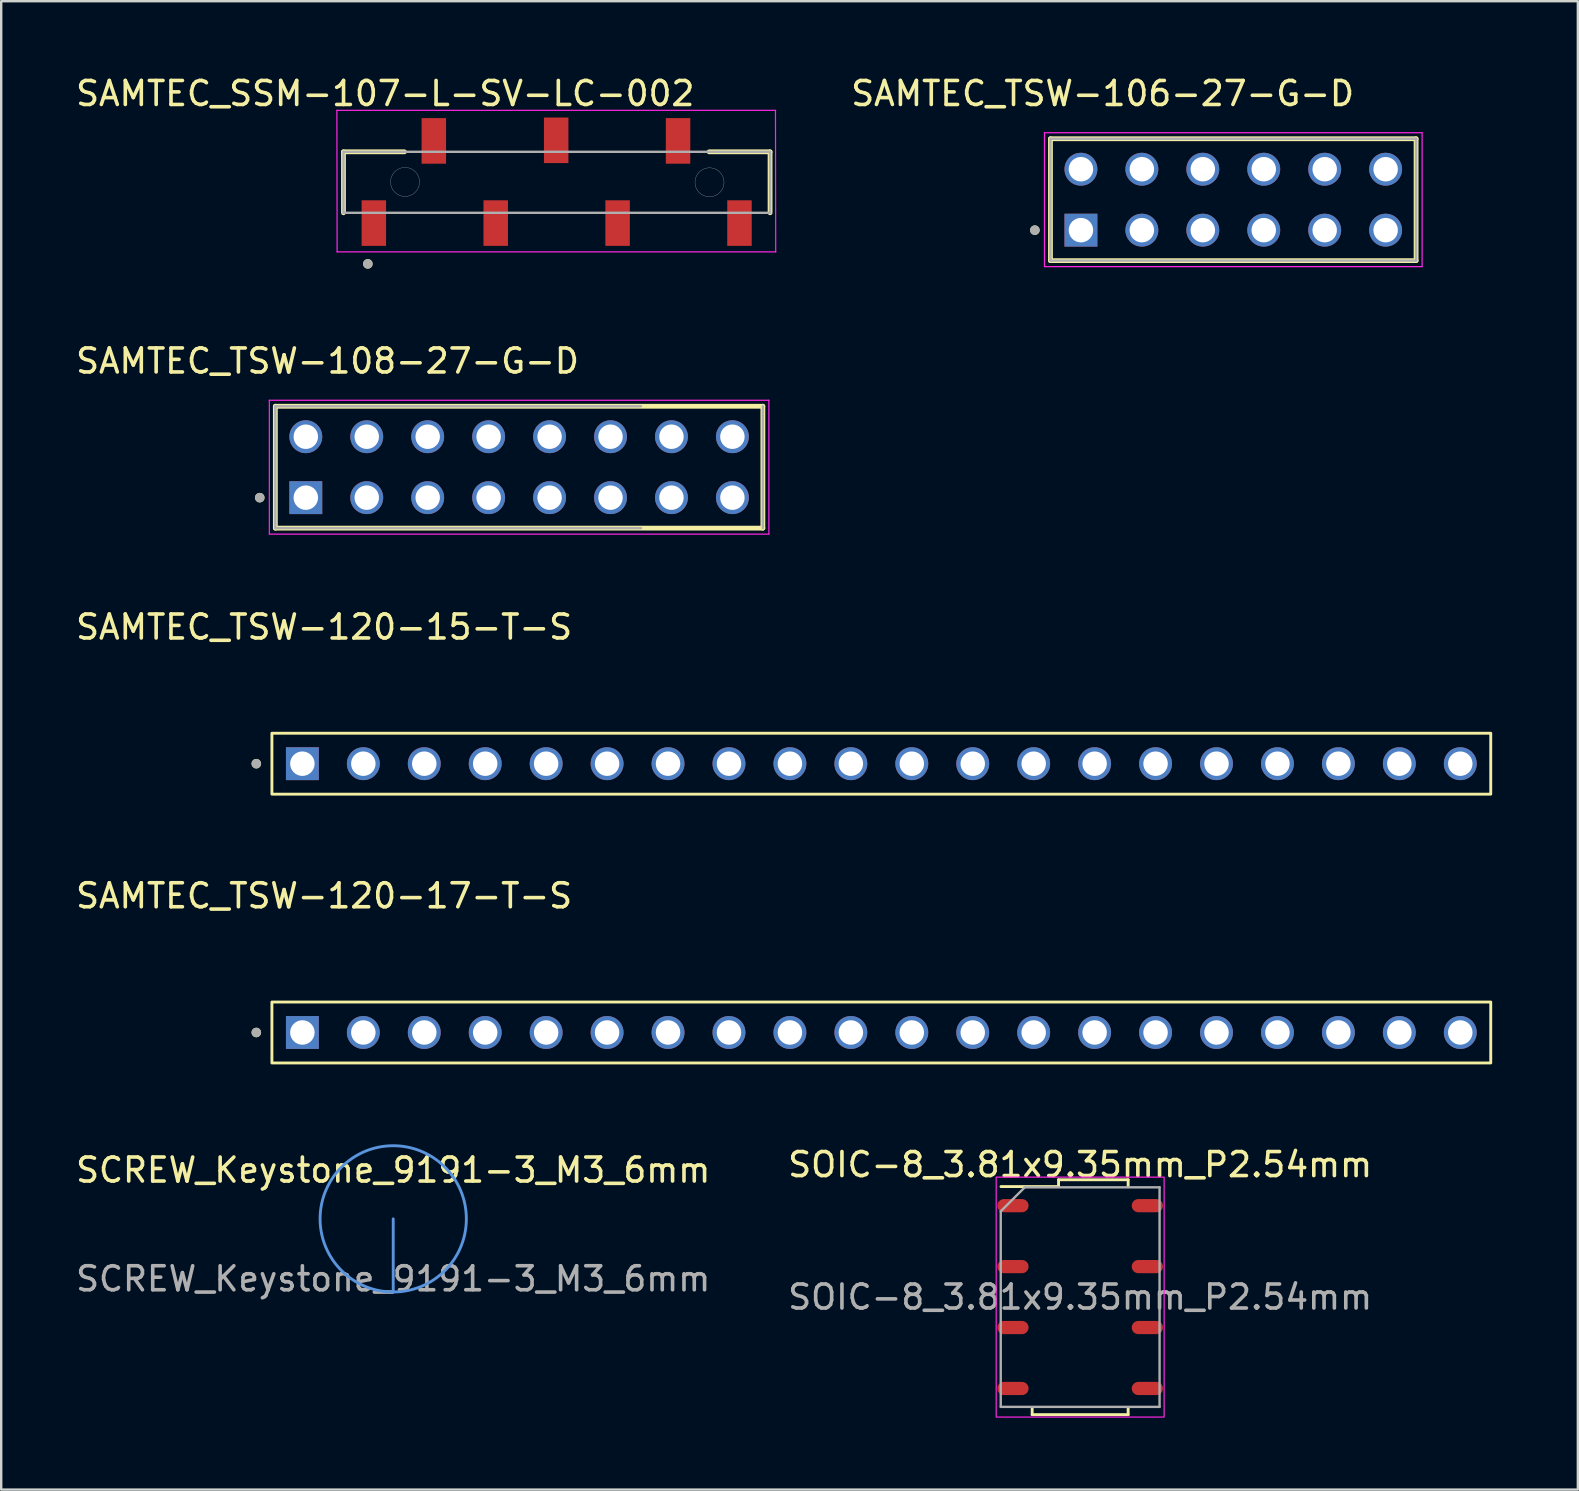
<source format=kicad_pcb>
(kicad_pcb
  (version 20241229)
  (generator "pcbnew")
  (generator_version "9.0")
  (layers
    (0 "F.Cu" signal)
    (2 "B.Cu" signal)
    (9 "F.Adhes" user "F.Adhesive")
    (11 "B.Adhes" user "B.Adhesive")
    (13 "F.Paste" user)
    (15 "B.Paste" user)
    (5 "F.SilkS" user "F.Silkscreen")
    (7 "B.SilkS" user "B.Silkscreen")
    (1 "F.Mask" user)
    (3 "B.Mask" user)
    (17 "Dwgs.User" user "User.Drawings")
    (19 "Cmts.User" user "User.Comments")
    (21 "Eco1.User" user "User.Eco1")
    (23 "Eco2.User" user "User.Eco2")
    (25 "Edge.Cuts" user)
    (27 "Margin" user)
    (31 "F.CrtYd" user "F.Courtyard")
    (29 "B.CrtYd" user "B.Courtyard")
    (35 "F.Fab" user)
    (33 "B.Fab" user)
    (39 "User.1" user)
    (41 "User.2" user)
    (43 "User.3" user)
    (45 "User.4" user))
  (footprint "SAMTEC_TSW-120-17-T-S"
    (layer "F.Cu")
    (at 9.553 39.983)
    (property "Reference" "SAMTEC_TSW-120-17-T-S" (at 0.905 -5.695 0) (layer "F.SilkS") (effects (font (size 1 1) (thickness 0.15))))
    (attr through_hole)
    (fp_rect (start -1.27 -1.27) (end 49.53 1.27) (stroke (width 0.12) (type default)) (fill no) (layer "F.SilkS"))
    (fp_circle (center -1.92 0) (end -1.82 0) (stroke (width 0.2) (type solid)) (fill no) (layer "F.SilkS"))
    (fp_rect (start -1.7 -1.7) (end 50.1 1.6) (stroke (width 0.12) (type default)) (fill no) (layer "Margin"))
    (fp_circle (center -1.92 0) (end -1.82 0) (stroke (width 0.2) (type solid)) (fill no) (layer "F.Fab"))
    (pad "1" thru_hole rect (at 0 0) (size 1.37 1.37) (drill 1.02) (layers "*.Cu" "*.Mask"))
    (pad "2" thru_hole circle (at 2.54 0) (size 1.37 1.37) (drill 1.02) (layers "*.Cu" "*.Mask"))
    (pad "3" thru_hole circle (at 5.08 0) (size 1.37 1.37) (drill 1.02) (layers "*.Cu" "*.Mask"))
    (pad "4" thru_hole circle (at 7.62 0) (size 1.37 1.37) (drill 1.02) (layers "*.Cu" "*.Mask"))
    (pad "5" thru_hole circle (at 10.16 0) (size 1.37 1.37) (drill 1.02) (layers "*.Cu" "*.Mask"))
    (pad "6" thru_hole circle (at 12.7 0) (size 1.37 1.37) (drill 1.02) (layers "*.Cu" "*.Mask"))
    (pad "7" thru_hole circle (at 15.24 0) (size 1.37 1.37) (drill 1.02) (layers "*.Cu" "*.Mask"))
    (pad "8" thru_hole circle (at 17.78 0) (size 1.37 1.37) (drill 1.02) (layers "*.Cu" "*.Mask"))
    (pad "9" thru_hole circle (at 20.32 0) (size 1.37 1.37) (drill 1.02) (layers "*.Cu" "*.Mask"))
    (pad "10" thru_hole circle (at 22.86 0) (size 1.37 1.37) (drill 1.02) (layers "*.Cu" "*.Mask"))
    (pad "11" thru_hole circle (at 25.4 0) (size 1.37 1.37) (drill 1.02) (layers "*.Cu" "*.Mask"))
    (pad "12" thru_hole circle (at 27.94 0) (size 1.37 1.37) (drill 1.02) (layers "*.Cu" "*.Mask"))
    (pad "13" thru_hole circle (at 30.48 0) (size 1.37 1.37) (drill 1.02) (layers "*.Cu" "*.Mask"))
    (pad "14" thru_hole circle (at 33.02 0) (size 1.37 1.37) (drill 1.02) (layers "*.Cu" "*.Mask"))
    (pad "15" thru_hole circle (at 35.56 0) (size 1.37 1.37) (drill 1.02) (layers "*.Cu" "*.Mask"))
    (pad "16" thru_hole circle (at 38.1 0) (size 1.37 1.37) (drill 1.02) (layers "*.Cu" "*.Mask"))
    (pad "17" thru_hole circle (at 40.64 0) (size 1.37 1.37) (drill 1.02) (layers "*.Cu" "*.Mask"))
    (pad "18" thru_hole circle (at 43.18 0) (size 1.37 1.37) (drill 1.02) (layers "*.Cu" "*.Mask"))
    (pad "19" thru_hole circle (at 45.72 0) (size 1.37 1.37) (drill 1.02) (layers "*.Cu" "*.Mask"))
    (pad "20" thru_hole circle (at 48.26 0) (size 1.37 1.37) (drill 1.02) (layers "*.Cu" "*.Mask")))
  (footprint "SAMTEC_TSW-106-27-G-D"
    (layer "F.Cu")
    (at 42.002 6.543)
    (property "Reference" "SAMTEC_TSW-106-27-G-D" (at 0.905 -5.695 0) (layer "F.SilkS") (effects (font (size 1 1) (thickness 0.15))))
    (attr through_hole)
    (fp_line (start -1.27 1.27) (end -1.27 -3.81) (stroke (width 0.2) (type solid)) (layer "F.SilkS"))
    (fp_line (start 13.97 -3.81) (end -1.27 -3.81) (stroke (width 0.2) (type solid)) (layer "F.SilkS"))
    (fp_line (start 13.97 -3.81) (end 13.97 1.27) (stroke (width 0.2) (type solid)) (layer "F.SilkS"))
    (fp_line (start 13.97 1.27) (end -1.27 1.27) (stroke (width 0.2) (type solid)) (layer "F.SilkS"))
    (fp_circle (center -1.92 0) (end -1.82 0) (stroke (width 0.2) (type solid)) (fill no) (layer "F.SilkS"))
    (fp_line (start -1.52 -4.06) (end 14.22 -4.06) (stroke (width 0.05) (type solid)) (layer "F.CrtYd"))
    (fp_line (start -1.52 1.52) (end -1.52 -4.06) (stroke (width 0.05) (type solid)) (layer "F.CrtYd"))
    (fp_line (start 14.22 -4.06) (end 14.22 1.52) (stroke (width 0.05) (type solid)) (layer "F.CrtYd"))
    (fp_line (start 14.22 1.52) (end -1.52 1.52) (stroke (width 0.05) (type solid)) (layer "F.CrtYd"))
    (fp_line (start -1.27 -3.81) (end 13.97 -3.81) (stroke (width 0.1) (type solid)) (layer "F.Fab"))
    (fp_line (start -1.27 1.27) (end -1.27 -3.81) (stroke (width 0.1) (type solid)) (layer "F.Fab"))
    (fp_line (start 13.97 -3.81) (end 13.97 1.27) (stroke (width 0.1) (type solid)) (layer "F.Fab"))
    (fp_line (start 13.97 1.27) (end -1.27 1.27) (stroke (width 0.1) (type solid)) (layer "F.Fab"))
    (fp_circle (center -1.92 0) (end -1.82 0) (stroke (width 0.2) (type solid)) (fill no) (layer "F.Fab"))
    (pad "01" thru_hole rect (at 0 0) (size 1.37 1.37) (drill 1.02) (layers "*.Cu" "*.Mask"))
    (pad "02" thru_hole circle (at 0 -2.54) (size 1.37 1.37) (drill 1.02) (layers "*.Cu" "*.Mask"))
    (pad "03" thru_hole circle (at 2.54 0) (size 1.37 1.37) (drill 1.02) (layers "*.Cu" "*.Mask"))
    (pad "04" thru_hole circle (at 2.54 -2.54) (size 1.37 1.37) (drill 1.02) (layers "*.Cu" "*.Mask"))
    (pad "05" thru_hole circle (at 5.08 0) (size 1.37 1.37) (drill 1.02) (layers "*.Cu" "*.Mask"))
    (pad "06" thru_hole circle (at 5.08 -2.54) (size 1.37 1.37) (drill 1.02) (layers "*.Cu" "*.Mask"))
    (pad "07" thru_hole circle (at 7.62 0) (size 1.37 1.37) (drill 1.02) (layers "*.Cu" "*.Mask"))
    (pad "08" thru_hole circle (at 7.62 -2.54) (size 1.37 1.37) (drill 1.02) (layers "*.Cu" "*.Mask"))
    (pad "09" thru_hole circle (at 10.16 0) (size 1.37 1.37) (drill 1.02) (layers "*.Cu" "*.Mask"))
    (pad "10" thru_hole circle (at 10.16 -2.54) (size 1.37 1.37) (drill 1.02) (layers "*.Cu" "*.Mask"))
    (pad "11" thru_hole circle (at 12.7 0) (size 1.37 1.37) (drill 1.02) (layers "*.Cu" "*.Mask"))
    (pad "12" thru_hole circle (at 12.7 -2.54) (size 1.37 1.37) (drill 1.02) (layers "*.Cu" "*.Mask")))
  (footprint "SAMTEC_TSW-108-27-G-D"
    (layer "F.Cu")
    (at 9.696 17.692)
    (property "Reference" "SAMTEC_TSW-108-27-G-D" (at 0.905 -5.695 0) (layer "F.SilkS") (effects (font (size 1 1) (thickness 0.15))))
    (attr through_hole)
    (fp_line (start -1.27 1.27) (end -1.27 -3.81) (stroke (width 0.2) (type solid)) (layer "F.SilkS"))
    (fp_line (start 19.05 -3.81) (end -1.27 -3.81) (stroke (width 0.2) (type solid)) (layer "F.SilkS"))
    (fp_line (start 19.05 -3.81) (end 19.05 1.27) (stroke (width 0.2) (type solid)) (layer "F.SilkS"))
    (fp_line (start 19.05 1.27) (end -1.27 1.27) (stroke (width 0.2) (type solid)) (layer "F.SilkS"))
    (fp_circle (center -1.92 0) (end -1.82 0) (stroke (width 0.2) (type solid)) (fill no) (layer "F.SilkS"))
    (fp_line (start -1.52 -4.06) (end 19.3 -4.06) (stroke (width 0.05) (type solid)) (layer "F.CrtYd"))
    (fp_line (start -1.52 1.52) (end -1.52 -4.06) (stroke (width 0.05) (type solid)) (layer "F.CrtYd"))
    (fp_line (start 19.3 -4.06) (end 19.3 1.52) (stroke (width 0.05) (type solid)) (layer "F.CrtYd"))
    (fp_line (start 19.3 1.52) (end -1.52 1.52) (stroke (width 0.05) (type solid)) (layer "F.CrtYd"))
    (fp_line (start -1.27 -3.81) (end 13.97 -3.81) (stroke (width 0.1) (type solid)) (layer "F.Fab"))
    (fp_line (start -1.27 1.27) (end -1.27 -3.81) (stroke (width 0.1) (type solid)) (layer "F.Fab"))
    (fp_line (start 13.97 1.27) (end -1.27 1.27) (stroke (width 0.1) (type solid)) (layer "F.Fab"))
    (fp_line (start 19.05 -3.81) (end 19.05 1.27) (stroke (width 0.1) (type solid)) (layer "F.Fab"))
    (fp_circle (center -1.92 0) (end -1.82 0) (stroke (width 0.2) (type solid)) (fill no) (layer "F.Fab"))
    (pad "01" thru_hole rect (at 0 0) (size 1.37 1.37) (drill 1.02) (layers "*.Cu" "*.Mask"))
    (pad "02" thru_hole circle (at 0 -2.54) (size 1.37 1.37) (drill 1.02) (layers "*.Cu" "*.Mask"))
    (pad "03" thru_hole circle (at 2.54 0) (size 1.37 1.37) (drill 1.02) (layers "*.Cu" "*.Mask"))
    (pad "04" thru_hole circle (at 2.54 -2.54) (size 1.37 1.37) (drill 1.02) (layers "*.Cu" "*.Mask"))
    (pad "05" thru_hole circle (at 5.08 0) (size 1.37 1.37) (drill 1.02) (layers "*.Cu" "*.Mask"))
    (pad "06" thru_hole circle (at 5.08 -2.54) (size 1.37 1.37) (drill 1.02) (layers "*.Cu" "*.Mask"))
    (pad "07" thru_hole circle (at 7.62 0) (size 1.37 1.37) (drill 1.02) (layers "*.Cu" "*.Mask"))
    (pad "08" thru_hole circle (at 7.62 -2.54) (size 1.37 1.37) (drill 1.02) (layers "*.Cu" "*.Mask"))
    (pad "09" thru_hole circle (at 10.16 0) (size 1.37 1.37) (drill 1.02) (layers "*.Cu" "*.Mask"))
    (pad "10" thru_hole circle (at 10.16 -2.54) (size 1.37 1.37) (drill 1.02) (layers "*.Cu" "*.Mask"))
    (pad "11" thru_hole circle (at 12.7 0) (size 1.37 1.37) (drill 1.02) (layers "*.Cu" "*.Mask"))
    (pad "12" thru_hole circle (at 12.7 -2.54) (size 1.37 1.37) (drill 1.02) (layers "*.Cu" "*.Mask"))
    (pad "13" thru_hole circle (at 15.24 0) (size 1.37 1.37) (drill 1.02) (layers "*.Cu" "*.Mask"))
    (pad "14" thru_hole circle (at 15.24 -2.54) (size 1.37 1.37) (drill 1.02) (layers "*.Cu" "*.Mask"))
    (pad "15" thru_hole circle (at 17.78 0) (size 1.37 1.37) (drill 1.02) (layers "*.Cu" "*.Mask"))
    (pad "16" thru_hole circle (at 17.78 -2.54) (size 1.37 1.37) (drill 1.02) (layers "*.Cu" "*.Mask")))
  (footprint "SAMTEC_TSW-120-15-T-S"
    (layer "F.Cu")
    (at 9.553 28.78)
    (property "Reference" "SAMTEC_TSW-120-15-T-S" (at 0.905 -5.695 0) (layer "F.SilkS") (effects (font (size 1 1) (thickness 0.15))))
    (attr through_hole)
    (fp_rect (start -1.27 -1.27) (end 49.53 1.27) (stroke (width 0.12) (type default)) (fill no) (layer "F.SilkS"))
    (fp_circle (center -1.92 0) (end -1.82 0) (stroke (width 0.2) (type solid)) (fill no) (layer "F.SilkS"))
    (fp_rect (start -1.7 -1.7) (end 50.1 1.6) (stroke (width 0.12) (type default)) (fill no) (layer "Margin"))
    (fp_circle (center -1.92 0) (end -1.82 0) (stroke (width 0.2) (type solid)) (fill no) (layer "F.Fab"))
    (pad "1" thru_hole rect (at 0 0) (size 1.37 1.37) (drill 1.02) (layers "*.Cu" "*.Mask"))
    (pad "2" thru_hole circle (at 2.54 0) (size 1.37 1.37) (drill 1.02) (layers "*.Cu" "*.Mask"))
    (pad "3" thru_hole circle (at 5.08 0) (size 1.37 1.37) (drill 1.02) (layers "*.Cu" "*.Mask"))
    (pad "4" thru_hole circle (at 7.62 0) (size 1.37 1.37) (drill 1.02) (layers "*.Cu" "*.Mask"))
    (pad "5" thru_hole circle (at 10.16 0) (size 1.37 1.37) (drill 1.02) (layers "*.Cu" "*.Mask"))
    (pad "6" thru_hole circle (at 12.7 0) (size 1.37 1.37) (drill 1.02) (layers "*.Cu" "*.Mask"))
    (pad "7" thru_hole circle (at 15.24 0) (size 1.37 1.37) (drill 1.02) (layers "*.Cu" "*.Mask"))
    (pad "8" thru_hole circle (at 17.78 0) (size 1.37 1.37) (drill 1.02) (layers "*.Cu" "*.Mask"))
    (pad "9" thru_hole circle (at 20.32 0) (size 1.37 1.37) (drill 1.02) (layers "*.Cu" "*.Mask"))
    (pad "10" thru_hole circle (at 22.86 0) (size 1.37 1.37) (drill 1.02) (layers "*.Cu" "*.Mask"))
    (pad "11" thru_hole circle (at 25.4 0) (size 1.37 1.37) (drill 1.02) (layers "*.Cu" "*.Mask"))
    (pad "12" thru_hole circle (at 27.94 0) (size 1.37 1.37) (drill 1.02) (layers "*.Cu" "*.Mask"))
    (pad "13" thru_hole circle (at 30.48 0) (size 1.37 1.37) (drill 1.02) (layers "*.Cu" "*.Mask"))
    (pad "14" thru_hole circle (at 33.02 0) (size 1.37 1.37) (drill 1.02) (layers "*.Cu" "*.Mask"))
    (pad "15" thru_hole circle (at 35.56 0) (size 1.37 1.37) (drill 1.02) (layers "*.Cu" "*.Mask"))
    (pad "16" thru_hole circle (at 38.1 0) (size 1.37 1.37) (drill 1.02) (layers "*.Cu" "*.Mask"))
    (pad "17" thru_hole circle (at 40.64 0) (size 1.37 1.37) (drill 1.02) (layers "*.Cu" "*.Mask"))
    (pad "18" thru_hole circle (at 43.18 0) (size 1.37 1.37) (drill 1.02) (layers "*.Cu" "*.Mask"))
    (pad "19" thru_hole circle (at 45.72 0) (size 1.37 1.37) (drill 1.02) (layers "*.Cu" "*.Mask"))
    (pad "20" thru_hole circle (at 48.26 0) (size 1.37 1.37) (drill 1.02) (layers "*.Cu" "*.Mask")))
  (footprint "SOIC-8_3.81x9.35mm_P2.54mm"
    (layer "F.Cu")
    (at 41.97 51.011)
    (property "Reference" "SOIC-8_3.81x9.35mm_P2.54mm" (at 0 -5.52 0) (layer "F.SilkS") (effects (font (size 1 1) (thickness 0.15))))
    (attr smd)
    (fp_line (start -2 4.9) (end -2 4.61) (stroke (width 0.12) (type solid)) (layer "F.SilkS"))
    (fp_line (start -0.9 -4.89) (end -0.9 -4.605) (stroke (width 0.12) (type solid)) (layer "F.SilkS"))
    (fp_line (start -0.9 -4.605) (end -3.3 -4.605) (stroke (width 0.12) (type solid)) (layer "F.SilkS"))
    (fp_line (start 2 -4.89) (end -0.9 -4.89) (stroke (width 0.12) (type solid)) (layer "F.SilkS"))
    (fp_line (start 2 -4.89) (end 2 -4.6) (stroke (width 0.12) (type solid)) (layer "F.SilkS"))
    (fp_line (start 2 4.9) (end -2 4.9) (stroke (width 0.12) (type solid)) (layer "F.SilkS"))
    (fp_line (start 2 4.9) (end 2 4.61) (stroke (width 0.12) (type solid)) (layer "F.SilkS"))
    (fp_rect (start -3.5 -5) (end 3.5 5) (stroke (width 0.05) (type default)) (fill no) (layer "F.CrtYd"))
    (fp_line (start -3.31 -3.575) (end -2.31 -4.575) (stroke (width 0.1) (type solid)) (layer "F.Fab"))
    (fp_line (start -3.31 4.575) (end -3.31 -3.575) (stroke (width 0.1) (type solid)) (layer "F.Fab"))
    (fp_line (start -2.31 -4.575) (end 3.31 -4.575) (stroke (width 0.1) (type solid)) (layer "F.Fab"))
    (fp_line (start 3.31 -4.575) (end 3.31 4.575) (stroke (width 0.1) (type solid)) (layer "F.Fab"))
    (fp_line (start 3.31 4.575) (end -3.31 4.575) (stroke (width 0.1) (type solid)) (layer "F.Fab"))
    (fp_text user "${REFERENCE}" (at 0 0 0) (layer "F.Fab") (effects (font (size 1 1) (thickness 0.15))))
    (pad "1" smd oval (at -2.8 -3.81) (size 1.3 0.55) (layers "F.Cu" "F.Mask" "F.Paste"))
    (pad "2" smd oval (at -2.8 -1.27) (size 1.3 0.55) (layers "F.Cu" "F.Mask" "F.Paste"))
    (pad "3" smd oval (at -2.8 1.27) (size 1.3 0.55) (layers "F.Cu" "F.Mask" "F.Paste"))
    (pad "4" smd oval (at -2.8 3.81) (size 1.3 0.55) (layers "F.Cu" "F.Mask" "F.Paste"))
    (pad "5" smd oval (at 2.8 3.81) (size 1.3 0.55) (layers "F.Cu" "F.Mask" "F.Paste"))
    (pad "6" smd oval (at 2.8 1.27) (size 1.3 0.55) (layers "F.Cu" "F.Mask" "F.Paste"))
    (pad "7" smd oval (at 2.8 -1.27) (size 1.3 0.55) (layers "F.Cu" "F.Mask" "F.Paste"))
    (pad "8" smd oval (at 2.8 -3.81) (size 1.3 0.55) (layers "F.Cu" "F.Mask" "F.Paste")))
  (footprint "SCREW_Keystone_9191-3_M3_6mm"
    (layer "F.Cu")
    (at 13.339 47.751)
    (property "Reference" "SCREW_Keystone_9191-3_M3_6mm" (at 0 -2.032 0) (unlocked yes) (layer "F.SilkS") (effects (font (size 1 1) (thickness 0.15))))
    (fp_line (start 0 3.048) (end 0 0) (stroke (width 0.12) (type default)) (layer "Cmts.User"))
    (fp_circle (center 0 0) (end 0 3.048) (stroke (width 0.12) (type default)) (fill no) (layer "Cmts.User"))
    (fp_text user "${REFERENCE}" (at 0 2.5 0) (unlocked yes) (layer "F.Fab") (effects (font (size 1 1) (thickness 0.15)))))
  (footprint "SAMTEC_SSM-107-L-SV-LC-002"
    (layer "F.Cu")
    (at 20.156 4.548)
    (property "Reference" "SAMTEC_SSM-107-L-SV-LC-002" (at -7.15 -3.7 0) (layer "F.SilkS") (effects (font (size 1 1) (thickness 0.15))))
    (attr smd)
    (fp_line (start -8.89 -1.27) (end -6.35 -1.27) (stroke (width 0.2) (type solid)) (layer "F.SilkS"))
    (fp_line (start -8.89 1.27) (end -8.89 -1.27) (stroke (width 0.2) (type solid)) (layer "F.SilkS"))
    (fp_line (start 6.35 -1.27) (end 8.89 -1.27) (stroke (width 0.2) (type solid)) (layer "F.SilkS"))
    (fp_line (start 8.89 -1.27) (end 8.89 1.27) (stroke (width 0.2) (type solid)) (layer "F.SilkS"))
    (fp_circle (center -7.875 3.4) (end -7.775 3.4) (stroke (width 0.2) (type solid)) (fill no) (layer "F.SilkS"))
    (fp_circle (center -6.325 -0.015) (end -5.72 -0.015) (stroke (width 0.01) (type default)) (fill no) (layer "Edge.Cuts"))
    (fp_circle (center 6.365 0) (end 6.97 0) (stroke (width 0.01) (type default)) (fill no) (layer "Edge.Cuts"))
    (fp_line (start -9.165 -3) (end 9.115 -3) (stroke (width 0.05) (type solid)) (layer "F.CrtYd"))
    (fp_line (start -9.155 2.9) (end -9.165 -3) (stroke (width 0.05) (type solid)) (layer "F.CrtYd"))
    (fp_line (start 9.115 -3) (end 9.125 2.9) (stroke (width 0.05) (type solid)) (layer "F.CrtYd"))
    (fp_line (start 9.125 2.9) (end -9.155 2.9) (stroke (width 0.05) (type solid)) (layer "F.CrtYd"))
    (fp_line (start -8.89 -1.27) (end 8.89 -1.27) (stroke (width 0.1) (type solid)) (layer "F.Fab"))
    (fp_line (start -8.89 1.27) (end -8.89 -1.27) (stroke (width 0.1) (type solid)) (layer "F.Fab"))
    (fp_line (start 8.89 -1.27) (end 8.89 1.27) (stroke (width 0.1) (type solid)) (layer "F.Fab"))
    (fp_line (start 8.89 1.27) (end -8.89 1.27) (stroke (width 0.1) (type solid)) (layer "F.Fab"))
    (fp_circle (center -7.875 3.4) (end -7.775 3.4) (stroke (width 0.2) (type solid)) (fill no) (layer "F.Fab"))
    (pad "1" smd rect (at -7.625 1.7) (size 1.02 1.9) (layers "F.Cu" "F.Mask" "F.Paste"))
    (pad "2" smd rect (at -5.125 -1.725) (size 1.02 1.9) (layers "F.Cu" "F.Mask" "F.Paste"))
    (pad "3" smd rect (at -2.545 1.7) (size 1.02 1.9) (layers "F.Cu" "F.Mask" "F.Paste"))
    (pad "4" smd rect (at -0.025 -1.75) (size 1.02 1.9) (layers "F.Cu" "F.Mask" "F.Paste"))
    (pad "5" smd rect (at 2.535 1.7) (size 1.02 1.9) (layers "F.Cu" "F.Mask" "F.Paste"))
    (pad "6" smd rect (at 5.055 -1.725) (size 1.02 1.9) (layers "F.Cu" "F.Mask" "F.Paste"))
    (pad "7" smd rect (at 7.615 1.7) (size 1.02 1.9) (layers "F.Cu" "F.Mask" "F.Paste")))
  (gr_rect
    (start -3 -3)
    (end 62.713 59.036)
    (stroke (width 0.1) (type default))
    (fill no)
    (layer "Edge.Cuts")))
</source>
